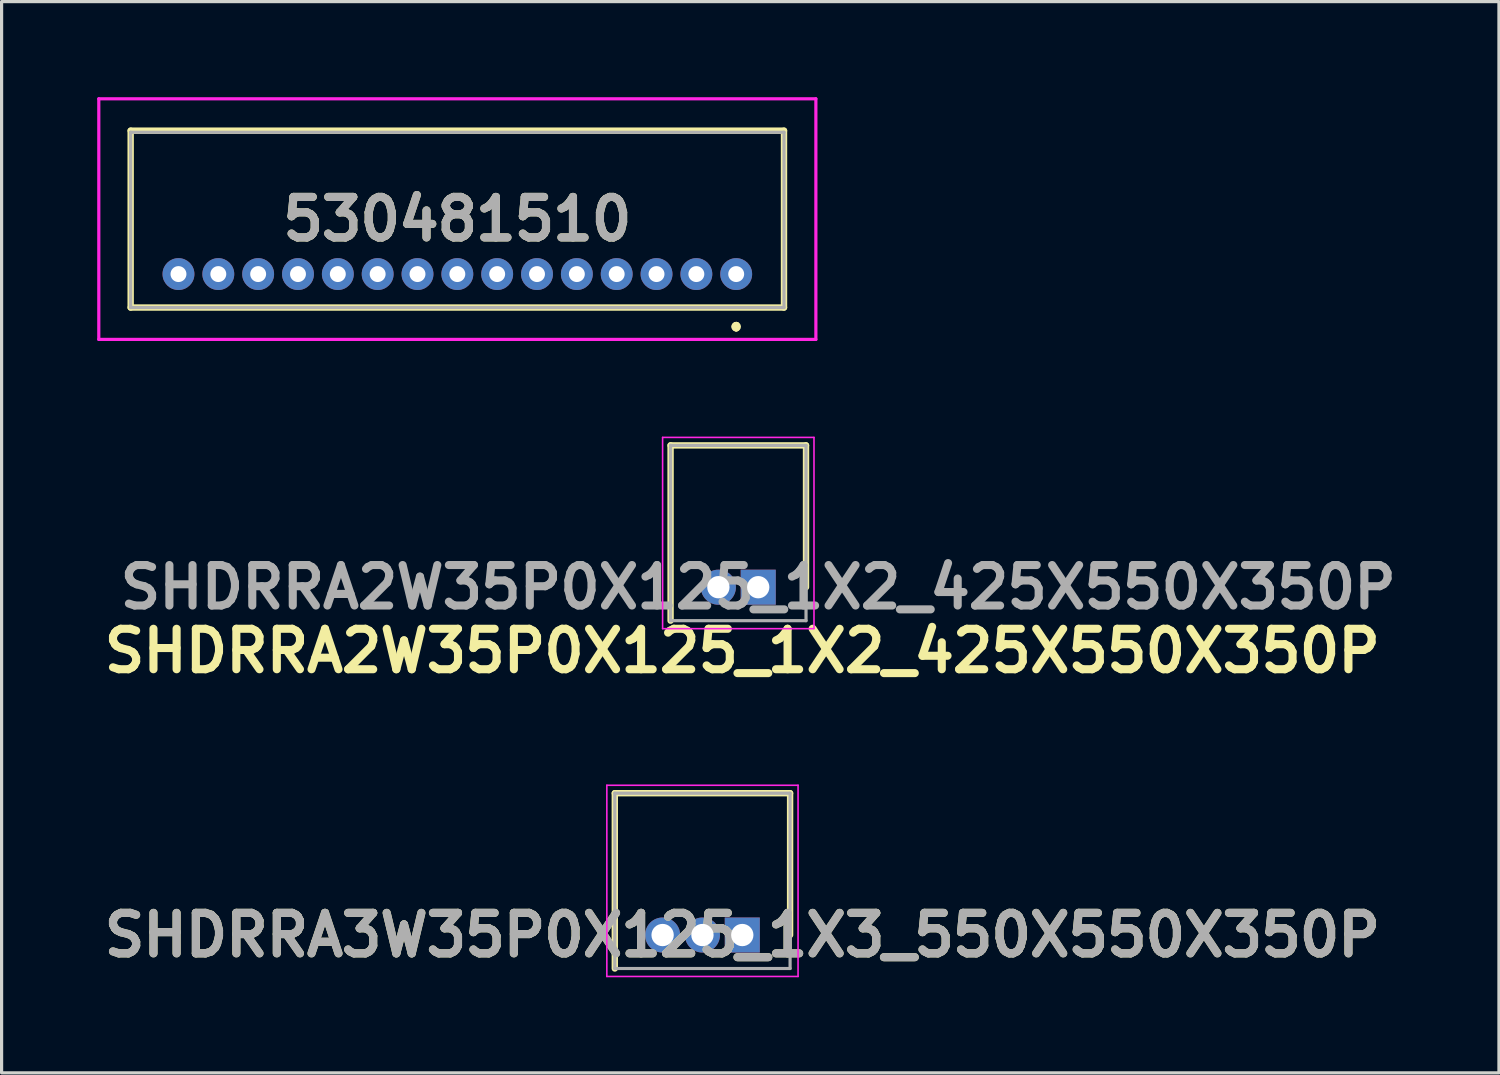
<source format=kicad_pcb>
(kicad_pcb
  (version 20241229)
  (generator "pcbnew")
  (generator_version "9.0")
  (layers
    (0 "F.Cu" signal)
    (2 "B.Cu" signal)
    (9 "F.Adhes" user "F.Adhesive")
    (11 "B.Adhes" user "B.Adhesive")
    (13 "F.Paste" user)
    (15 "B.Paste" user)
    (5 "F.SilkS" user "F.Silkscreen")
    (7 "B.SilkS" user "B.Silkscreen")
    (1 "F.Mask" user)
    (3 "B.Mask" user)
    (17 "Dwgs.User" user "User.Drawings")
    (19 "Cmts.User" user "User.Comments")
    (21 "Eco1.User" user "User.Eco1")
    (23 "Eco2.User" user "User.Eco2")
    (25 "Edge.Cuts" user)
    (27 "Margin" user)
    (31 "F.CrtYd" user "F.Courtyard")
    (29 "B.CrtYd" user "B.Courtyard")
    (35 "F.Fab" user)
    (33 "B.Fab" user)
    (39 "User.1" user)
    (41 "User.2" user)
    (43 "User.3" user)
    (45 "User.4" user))
  (footprint "SHDRRA3W35P0X125_1X3_550X550X350P"
    (layer "F.Cu")
    (at 20.241 26.289)
    (property "Reference" "SHDRRA3W35P0X125_1X3_550X550X350P" (at 0 0 0) (layer "F.SilkS") (effects (font (size 1.27 1.27) (thickness 0.254))))
    (attr through_hole)
    (fp_line (start -4 -4.45) (end -4 1.05) (stroke (width 0.2) (type solid)) (layer "F.SilkS"))
    (fp_line (start 1.5 -4.45) (end -4 -4.45) (stroke (width 0.2) (type solid)) (layer "F.SilkS"))
    (fp_line (start 1.5 0) (end 1.5 -4.45) (stroke (width 0.2) (type solid)) (layer "F.SilkS"))
    (fp_line (start -4.25 -4.7) (end 1.75 -4.7) (stroke (width 0.05) (type solid)) (layer "F.CrtYd"))
    (fp_line (start -4.25 1.3) (end -4.25 -4.7) (stroke (width 0.05) (type solid)) (layer "F.CrtYd"))
    (fp_line (start 1.75 -4.7) (end 1.75 1.3) (stroke (width 0.05) (type solid)) (layer "F.CrtYd"))
    (fp_line (start 1.75 1.3) (end -4.25 1.3) (stroke (width 0.05) (type solid)) (layer "F.CrtYd"))
    (fp_line (start -4 -4.45) (end 1.5 -4.45) (stroke (width 0.1) (type solid)) (layer "F.Fab"))
    (fp_line (start -4 1.05) (end -4 -4.45) (stroke (width 0.1) (type solid)) (layer "F.Fab"))
    (fp_line (start 1.5 -4.45) (end 1.5 1.05) (stroke (width 0.1) (type solid)) (layer "F.Fab"))
    (fp_line (start 1.5 1.05) (end -4 1.05) (stroke (width 0.1) (type solid)) (layer "F.Fab"))
    (fp_text user "${REFERENCE}" (at 0 0 0) (layer "F.Fab") (effects (font (size 1.27 1.27) (thickness 0.254))))
    (pad "1" thru_hole rect (at 0 0) (size 1.1 1.1) (drill 0.7) (layers "*.Cu" "*.Mask"))
    (pad "2" thru_hole circle (at -1.25 0) (size 1.1 1.1) (drill 0.7) (layers "*.Cu" "*.Mask"))
    (pad "3" thru_hole circle (at -2.5 0) (size 1.1 1.1) (drill 0.7) (layers "*.Cu" "*.Mask")))
  (footprint "530481510"
    (layer "F.Cu")
    (at 20.05 5.55)
    (property "Reference" "530481510" (at -8.75 -1.725 0) (layer "F.SilkS") (effects (font (size 1.27 1.27) (thickness 0.254))))
    (attr through_hole)
    (fp_line (start -19 -4.5) (end -19 1.05) (stroke (width 0.2) (type solid)) (layer "F.SilkS"))
    (fp_line (start -19 1.05) (end 1.5 1.05) (stroke (width 0.2) (type solid)) (layer "F.SilkS"))
    (fp_line (start 0 1.6) (end 0 1.6) (stroke (width 0.2) (type solid)) (layer "F.SilkS"))
    (fp_line (start 0 1.6) (end 0 1.6) (stroke (width 0.2) (type solid)) (layer "F.SilkS"))
    (fp_line (start 0 1.7) (end 0 1.7) (stroke (width 0.2) (type solid)) (layer "F.SilkS"))
    (fp_line (start 1.5 -4.5) (end -19 -4.5) (stroke (width 0.2) (type solid)) (layer "F.SilkS"))
    (fp_line (start 1.5 1.05) (end 1.5 -4.5) (stroke (width 0.2) (type solid)) (layer "F.SilkS"))
    (fp_arc (start 0 1.6) (mid 0.05 1.65) (end 0 1.7) (stroke (width 0.2) (type solid)) (layer "F.SilkS"))
    (fp_arc (start 0 1.7) (mid -0.05 1.65) (end 0 1.6) (stroke (width 0.2) (type solid)) (layer "F.SilkS"))
    (fp_arc (start 0 1.7) (mid -0.05 1.65) (end 0 1.6) (stroke (width 0.2) (type solid)) (layer "F.SilkS"))
    (fp_line (start -20 -5.5) (end 2.5 -5.5) (stroke (width 0.1) (type solid)) (layer "F.CrtYd"))
    (fp_line (start -20 2.05) (end -20 -5.5) (stroke (width 0.1) (type solid)) (layer "F.CrtYd"))
    (fp_line (start 2.5 -5.5) (end 2.5 2.05) (stroke (width 0.1) (type solid)) (layer "F.CrtYd"))
    (fp_line (start 2.5 2.05) (end -20 2.05) (stroke (width 0.1) (type solid)) (layer "F.CrtYd"))
    (fp_line (start -19 -4.45) (end -19 1.05) (stroke (width 0.1) (type solid)) (layer "F.Fab"))
    (fp_line (start -19 1.05) (end 1.5 1.05) (stroke (width 0.1) (type solid)) (layer "F.Fab"))
    (fp_line (start 1.5 -4.45) (end -19 -4.45) (stroke (width 0.1) (type solid)) (layer "F.Fab"))
    (fp_line (start 1.5 1.05) (end 1.5 -4.45) (stroke (width 0.1) (type solid)) (layer "F.Fab"))
    (fp_text user "${REFERENCE}" (at -8.75 -1.725 0) (layer "F.Fab") (effects (font (size 1.27 1.27) (thickness 0.254))))
    (pad "1" thru_hole circle (at 0 0) (size 1 1) (drill 0.5) (layers "*.Cu" "*.Mask"))
    (pad "2" thru_hole circle (at -1.25 0) (size 1 1) (drill 0.5) (layers "*.Cu" "*.Mask"))
    (pad "3" thru_hole circle (at -2.5 0) (size 1 1) (drill 0.5) (layers "*.Cu" "*.Mask"))
    (pad "4" thru_hole circle (at -3.75 0) (size 1 1) (drill 0.5) (layers "*.Cu" "*.Mask"))
    (pad "5" thru_hole circle (at -5 0) (size 1 1) (drill 0.5) (layers "*.Cu" "*.Mask"))
    (pad "6" thru_hole circle (at -6.25 0) (size 1 1) (drill 0.5) (layers "*.Cu" "*.Mask"))
    (pad "7" thru_hole circle (at -7.5 0) (size 1 1) (drill 0.5) (layers "*.Cu" "*.Mask"))
    (pad "8" thru_hole circle (at -8.75 0) (size 1 1) (drill 0.5) (layers "*.Cu" "*.Mask"))
    (pad "9" thru_hole circle (at -10 0) (size 1 1) (drill 0.5) (layers "*.Cu" "*.Mask"))
    (pad "10" thru_hole circle (at -11.25 0) (size 1 1) (drill 0.5) (layers "*.Cu" "*.Mask"))
    (pad "11" thru_hole circle (at -12.5 0) (size 1 1) (drill 0.5) (layers "*.Cu" "*.Mask"))
    (pad "12" thru_hole circle (at -13.75 0) (size 1 1) (drill 0.5) (layers "*.Cu" "*.Mask"))
    (pad "13" thru_hole circle (at -15 0) (size 1 1) (drill 0.5) (layers "*.Cu" "*.Mask"))
    (pad "14" thru_hole circle (at -16.25 0) (size 1 1) (drill 0.5) (layers "*.Cu" "*.Mask"))
    (pad "15" thru_hole circle (at -17.5 0) (size 1 1) (drill 0.5) (layers "*.Cu" "*.Mask")))
  (footprint "SHDRRA2W35P0X125_1X2_425X550X350P"
    (layer "F.Cu")
    (at 20.741 15.375)
    (property "Reference" "SHDRRA2W35P0X125_1X2_425X550X350P" (at -0.5 2 0) (layer "F.SilkS") (effects (font (size 1.27 1.27) (thickness 0.254))))
    (attr through_hole)
    (fp_line (start -2.75 -4.45) (end -2.75 1.05) (stroke (width 0.2) (type solid)) (layer "F.SilkS"))
    (fp_line (start 1.5 -4.45) (end -2.75 -4.45) (stroke (width 0.2) (type solid)) (layer "F.SilkS"))
    (fp_line (start 1.5 0) (end 1.5 -4.45) (stroke (width 0.2) (type solid)) (layer "F.SilkS"))
    (fp_line (start -3 -4.7) (end 1.75 -4.7) (stroke (width 0.05) (type solid)) (layer "F.CrtYd"))
    (fp_line (start -3 1.3) (end -3 -4.7) (stroke (width 0.05) (type solid)) (layer "F.CrtYd"))
    (fp_line (start 1.75 -4.7) (end 1.75 1.3) (stroke (width 0.05) (type solid)) (layer "F.CrtYd"))
    (fp_line (start 1.75 1.3) (end -3 1.3) (stroke (width 0.05) (type solid)) (layer "F.CrtYd"))
    (fp_line (start -2.75 -4.45) (end 1.5 -4.45) (stroke (width 0.1) (type solid)) (layer "F.Fab"))
    (fp_line (start -2.75 1.05) (end -2.75 -4.45) (stroke (width 0.1) (type solid)) (layer "F.Fab"))
    (fp_line (start 1.5 -4.45) (end 1.5 1.05) (stroke (width 0.1) (type solid)) (layer "F.Fab"))
    (fp_line (start 1.5 1.05) (end -2.75 1.05) (stroke (width 0.1) (type solid)) (layer "F.Fab"))
    (fp_text user "${REFERENCE}" (at 0 0 0) (layer "F.Fab") (effects (font (size 1.27 1.27) (thickness 0.254))))
    (pad "1" thru_hole rect (at 0 0) (size 1.1 1.1) (drill 0.7) (layers "*.Cu" "*.Mask"))
    (pad "2" thru_hole circle (at -1.25 0) (size 1.1 1.1) (drill 0.7) (layers "*.Cu" "*.Mask")))
  (gr_rect
    (start -3 -3)
    (end 43.983 30.614)
    (stroke (width 0.1) (type default))
    (fill no)
    (layer "Edge.Cuts")))
</source>
